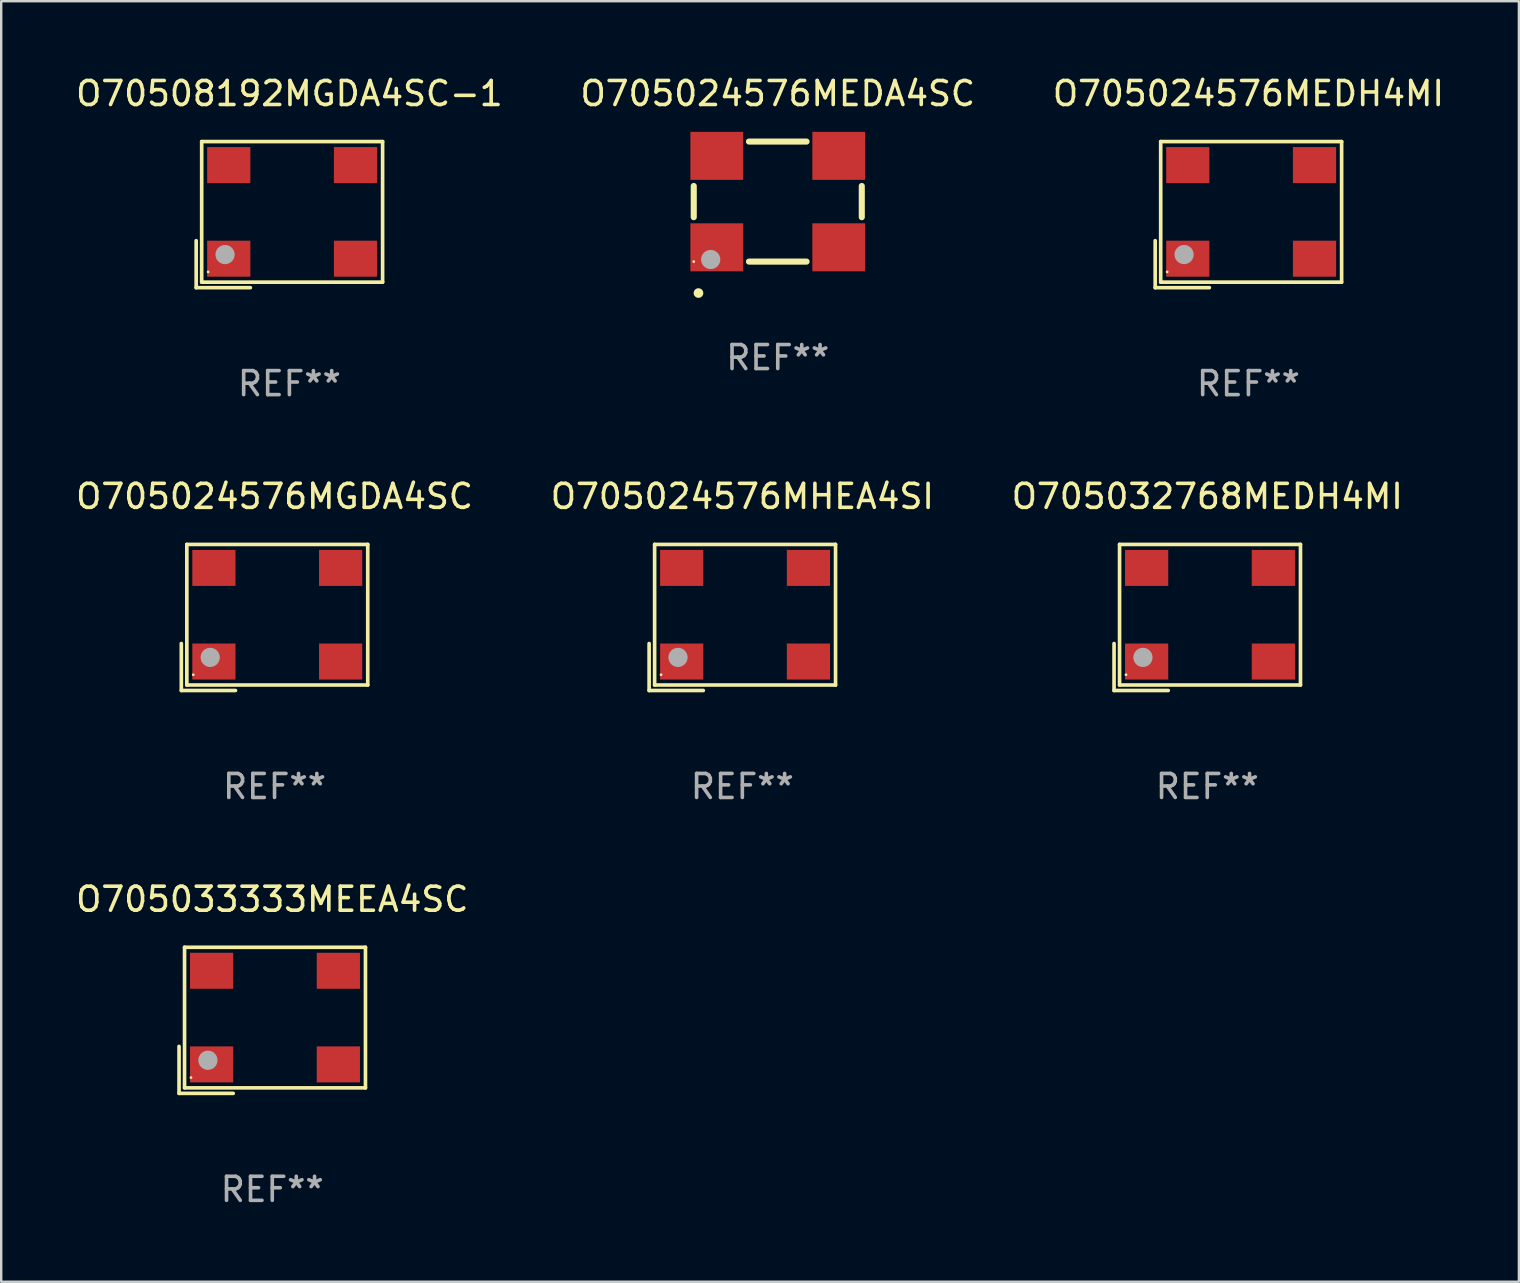
<source format=kicad_pcb>
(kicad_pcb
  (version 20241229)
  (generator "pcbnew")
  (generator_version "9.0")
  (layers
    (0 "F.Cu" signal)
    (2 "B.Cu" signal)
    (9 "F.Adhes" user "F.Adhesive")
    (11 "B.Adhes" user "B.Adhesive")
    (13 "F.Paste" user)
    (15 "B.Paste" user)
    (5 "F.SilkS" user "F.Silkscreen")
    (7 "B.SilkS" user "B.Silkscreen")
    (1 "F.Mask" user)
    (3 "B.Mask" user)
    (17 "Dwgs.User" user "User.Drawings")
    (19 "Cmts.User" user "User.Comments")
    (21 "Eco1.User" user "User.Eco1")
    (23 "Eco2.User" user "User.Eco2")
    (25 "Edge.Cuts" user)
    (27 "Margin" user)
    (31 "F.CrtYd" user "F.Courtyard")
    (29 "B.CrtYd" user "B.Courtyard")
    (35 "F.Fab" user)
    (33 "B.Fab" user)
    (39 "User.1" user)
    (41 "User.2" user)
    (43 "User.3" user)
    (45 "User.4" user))
  (footprint "O70508192MGDA4SC-1"
    (layer "F.Cu")
    (at 9.006 5.891)
    (property "Reference" "O70508192MGDA4SC-1" (at 0 -5.043 0) (layer "F.SilkS") (effects (font (size 1 1) (thickness 0.15))))
    (attr through_hole)
    (fp_line (start -3.883 1.086) (end -3.883 3.043) (stroke (width 0.152) (type solid)) (layer "F.SilkS"))
    (fp_line (start -3.883 3.043) (end -1.626 3.043) (stroke (width 0.152) (type solid)) (layer "F.SilkS"))
    (fp_line (start -3.654 -3.043) (end 3.883 -3.043) (stroke (width 0.152) (type solid)) (layer "F.SilkS"))
    (fp_line (start -3.654 2.814) (end -3.654 -3.043) (stroke (width 0.152) (type solid)) (layer "F.SilkS"))
    (fp_line (start 3.883 -3.043) (end 3.883 2.814) (stroke (width 0.152) (type solid)) (layer "F.SilkS"))
    (fp_line (start 3.883 2.814) (end -3.654 2.814) (stroke (width 0.152) (type solid)) (layer "F.SilkS"))
    (fp_circle (center -3.386 2.386) (end -3.356 2.386) (stroke (width 0.06) (type solid)) (fill no) (layer "F.SilkS"))
    (fp_circle (center -2.68 1.664) (end -2.48 1.664) (stroke (width 0.4) (type solid)) (fill no) (layer "F.Fab"))
    (fp_text user "REF**" (at 0 7.043 0) (layer "F.Fab") (effects (font (size 1 1) (thickness 0.15))))
    (pad "1" smd rect (at -2.526 1.836) (size 1.8 1.5) (layers "F.Cu" "F.Mask" "F.Paste"))
    (pad "2" smd rect (at 2.754 1.836) (size 1.8 1.5) (layers "F.Cu" "F.Mask" "F.Paste"))
    (pad "3" smd rect (at 2.754 -2.064) (size 1.8 1.5) (layers "F.Cu" "F.Mask" "F.Paste"))
    (pad "4" smd rect (at -2.526 -2.064) (size 1.8 1.5) (layers "F.Cu" "F.Mask" "F.Paste")))
  (footprint "O705033333MEEA4SC"
    (layer "F.Cu")
    (at 8.292 39.456)
    (property "Reference" "O705033333MEEA4SC" (at 0 -5.043 0) (layer "F.SilkS") (effects (font (size 1 1) (thickness 0.15))))
    (attr through_hole)
    (fp_line (start -3.883 1.086) (end -3.883 3.043) (stroke (width 0.152) (type solid)) (layer "F.SilkS"))
    (fp_line (start -3.883 3.043) (end -1.626 3.043) (stroke (width 0.152) (type solid)) (layer "F.SilkS"))
    (fp_line (start -3.654 -3.043) (end 3.883 -3.043) (stroke (width 0.152) (type solid)) (layer "F.SilkS"))
    (fp_line (start -3.654 2.814) (end -3.654 -3.043) (stroke (width 0.152) (type solid)) (layer "F.SilkS"))
    (fp_line (start 3.883 -3.043) (end 3.883 2.814) (stroke (width 0.152) (type solid)) (layer "F.SilkS"))
    (fp_line (start 3.883 2.814) (end -3.654 2.814) (stroke (width 0.152) (type solid)) (layer "F.SilkS"))
    (fp_circle (center -3.386 2.386) (end -3.356 2.386) (stroke (width 0.06) (type solid)) (fill no) (layer "F.SilkS"))
    (fp_circle (center -2.68 1.664) (end -2.48 1.664) (stroke (width 0.4) (type solid)) (fill no) (layer "F.Fab"))
    (fp_text user "REF**" (at 0 7.043 0) (layer "F.Fab") (effects (font (size 1 1) (thickness 0.15))))
    (pad "1" smd rect (at -2.526 1.836) (size 1.8 1.5) (layers "F.Cu" "F.Mask" "F.Paste"))
    (pad "2" smd rect (at 2.754 1.836) (size 1.8 1.5) (layers "F.Cu" "F.Mask" "F.Paste"))
    (pad "3" smd rect (at 2.754 -2.064) (size 1.8 1.5) (layers "F.Cu" "F.Mask" "F.Paste"))
    (pad "4" smd rect (at -2.526 -2.064) (size 1.8 1.5) (layers "F.Cu" "F.Mask" "F.Paste")))
  (footprint "O705024576MGDA4SC"
    (layer "F.Cu")
    (at 8.387 22.673)
    (property "Reference" "O705024576MGDA4SC" (at 0 -5.043 0) (layer "F.SilkS") (effects (font (size 1 1) (thickness 0.15))))
    (attr through_hole)
    (fp_line (start -3.883 1.086) (end -3.883 3.043) (stroke (width 0.152) (type solid)) (layer "F.SilkS"))
    (fp_line (start -3.883 3.043) (end -1.626 3.043) (stroke (width 0.152) (type solid)) (layer "F.SilkS"))
    (fp_line (start -3.654 -3.043) (end 3.883 -3.043) (stroke (width 0.152) (type solid)) (layer "F.SilkS"))
    (fp_line (start -3.654 2.814) (end -3.654 -3.043) (stroke (width 0.152) (type solid)) (layer "F.SilkS"))
    (fp_line (start 3.883 -3.043) (end 3.883 2.814) (stroke (width 0.152) (type solid)) (layer "F.SilkS"))
    (fp_line (start 3.883 2.814) (end -3.654 2.814) (stroke (width 0.152) (type solid)) (layer "F.SilkS"))
    (fp_circle (center -3.386 2.386) (end -3.356 2.386) (stroke (width 0.06) (type solid)) (fill no) (layer "F.SilkS"))
    (fp_circle (center -2.68 1.664) (end -2.48 1.664) (stroke (width 0.4) (type solid)) (fill no) (layer "F.Fab"))
    (fp_text user "REF**" (at 0 7.043 0) (layer "F.Fab") (effects (font (size 1 1) (thickness 0.15))))
    (pad "1" smd rect (at -2.526 1.836) (size 1.8 1.5) (layers "F.Cu" "F.Mask" "F.Paste"))
    (pad "2" smd rect (at 2.754 1.836) (size 1.8 1.5) (layers "F.Cu" "F.Mask" "F.Paste"))
    (pad "3" smd rect (at 2.754 -2.064) (size 1.8 1.5) (layers "F.Cu" "F.Mask" "F.Paste"))
    (pad "4" smd rect (at -2.526 -2.064) (size 1.8 1.5) (layers "F.Cu" "F.Mask" "F.Paste")))
  (footprint "O705024576MEDA4SC"
    (layer "F.Cu")
    (at 29.351 5.348)
    (property "Reference" "O705024576MEDA4SC" (at 0 -4.5 0) (layer "F.SilkS") (effects (font (size 1 1) (thickness 0.15))))
    (attr through_hole)
    (fp_line (start -3.5 0.65) (end -3.5 -0.65) (stroke (width 0.254) (type solid)) (layer "F.SilkS"))
    (fp_line (start 1.2 -2.5) (end -1.2 -2.5) (stroke (width 0.254) (type solid)) (layer "F.SilkS"))
    (fp_line (start 1.2 2.5) (end -1.2 2.5) (stroke (width 0.254) (type solid)) (layer "F.SilkS"))
    (fp_line (start 3.5 0.65) (end 3.5 -0.65) (stroke (width 0.254) (type solid)) (layer "F.SilkS"))
    (fp_arc (start -3.304547 3.81016) (mid -3.303277 3.810156) (end -3.302007 3.81016) (stroke (width 0.4) (type solid)) (layer "F.SilkS"))
    (fp_circle (center -3.5 2.5) (end -3.47 2.5) (stroke (width 0.06) (type solid)) (fill no) (layer "F.SilkS"))
    (fp_circle (center -2.794 2.413) (end -2.594 2.413) (stroke (width 0.4) (type solid)) (fill no) (layer "F.Fab"))
    (fp_text user "REF**" (at 0 6.5 0) (layer "F.Fab") (effects (font (size 1 1) (thickness 0.15))))
    (pad "1" smd rect (at -2.54 1.905 180) (size 2.2 2) (layers "F.Cu" "F.Mask" "F.Paste"))
    (pad "2" smd rect (at 2.54 1.905 180) (size 2.2 2) (layers "F.Cu" "F.Mask" "F.Paste"))
    (pad "3" smd rect (at 2.54 -1.905 180) (size 2.2 2) (layers "F.Cu" "F.Mask" "F.Paste"))
    (pad "4" smd rect (at -2.54 -1.905 180) (size 2.2 2) (layers "F.Cu" "F.Mask" "F.Paste")))
  (footprint "O705024576MEDH4MI"
    (layer "F.Cu")
    (at 48.958 5.891)
    (property "Reference" "O705024576MEDH4MI" (at 0 -5.043 0) (layer "F.SilkS") (effects (font (size 1 1) (thickness 0.15))))
    (attr through_hole)
    (fp_line (start -3.883 1.086) (end -3.883 3.043) (stroke (width 0.152) (type solid)) (layer "F.SilkS"))
    (fp_line (start -3.883 3.043) (end -1.626 3.043) (stroke (width 0.152) (type solid)) (layer "F.SilkS"))
    (fp_line (start -3.654 -3.043) (end 3.883 -3.043) (stroke (width 0.152) (type solid)) (layer "F.SilkS"))
    (fp_line (start -3.654 2.814) (end -3.654 -3.043) (stroke (width 0.152) (type solid)) (layer "F.SilkS"))
    (fp_line (start 3.883 -3.043) (end 3.883 2.814) (stroke (width 0.152) (type solid)) (layer "F.SilkS"))
    (fp_line (start 3.883 2.814) (end -3.654 2.814) (stroke (width 0.152) (type solid)) (layer "F.SilkS"))
    (fp_circle (center -3.386 2.386) (end -3.356 2.386) (stroke (width 0.06) (type solid)) (fill no) (layer "F.SilkS"))
    (fp_circle (center -2.68 1.664) (end -2.48 1.664) (stroke (width 0.4) (type solid)) (fill no) (layer "F.Fab"))
    (fp_text user "REF**" (at 0 7.043 0) (layer "F.Fab") (effects (font (size 1 1) (thickness 0.15))))
    (pad "1" smd rect (at -2.526 1.836) (size 1.8 1.5) (layers "F.Cu" "F.Mask" "F.Paste"))
    (pad "2" smd rect (at 2.754 1.836) (size 1.8 1.5) (layers "F.Cu" "F.Mask" "F.Paste"))
    (pad "3" smd rect (at 2.754 -2.064) (size 1.8 1.5) (layers "F.Cu" "F.Mask" "F.Paste"))
    (pad "4" smd rect (at -2.526 -2.064) (size 1.8 1.5) (layers "F.Cu" "F.Mask" "F.Paste")))
  (footprint "O705032768MEDH4MI"
    (layer "F.Cu")
    (at 47.244 22.673)
    (property "Reference" "O705032768MEDH4MI" (at 0 -5.043 0) (layer "F.SilkS") (effects (font (size 1 1) (thickness 0.15))))
    (attr through_hole)
    (fp_line (start -3.883 1.086) (end -3.883 3.043) (stroke (width 0.152) (type solid)) (layer "F.SilkS"))
    (fp_line (start -3.883 3.043) (end -1.626 3.043) (stroke (width 0.152) (type solid)) (layer "F.SilkS"))
    (fp_line (start -3.654 -3.043) (end 3.883 -3.043) (stroke (width 0.152) (type solid)) (layer "F.SilkS"))
    (fp_line (start -3.654 2.814) (end -3.654 -3.043) (stroke (width 0.152) (type solid)) (layer "F.SilkS"))
    (fp_line (start 3.883 -3.043) (end 3.883 2.814) (stroke (width 0.152) (type solid)) (layer "F.SilkS"))
    (fp_line (start 3.883 2.814) (end -3.654 2.814) (stroke (width 0.152) (type solid)) (layer "F.SilkS"))
    (fp_circle (center -3.386 2.386) (end -3.356 2.386) (stroke (width 0.06) (type solid)) (fill no) (layer "F.SilkS"))
    (fp_circle (center -2.68 1.664) (end -2.48 1.664) (stroke (width 0.4) (type solid)) (fill no) (layer "F.Fab"))
    (fp_text user "REF**" (at 0 7.043 0) (layer "F.Fab") (effects (font (size 1 1) (thickness 0.15))))
    (pad "1" smd rect (at -2.526 1.836) (size 1.8 1.5) (layers "F.Cu" "F.Mask" "F.Paste"))
    (pad "2" smd rect (at 2.754 1.836) (size 1.8 1.5) (layers "F.Cu" "F.Mask" "F.Paste"))
    (pad "3" smd rect (at 2.754 -2.064) (size 1.8 1.5) (layers "F.Cu" "F.Mask" "F.Paste"))
    (pad "4" smd rect (at -2.526 -2.064) (size 1.8 1.5) (layers "F.Cu" "F.Mask" "F.Paste")))
  (footprint "O705024576MHEA4SI"
    (layer "F.Cu")
    (at 27.875 22.673)
    (property "Reference" "O705024576MHEA4SI" (at 0 -5.043 0) (layer "F.SilkS") (effects (font (size 1 1) (thickness 0.15))))
    (attr through_hole)
    (fp_line (start -3.883 1.086) (end -3.883 3.043) (stroke (width 0.152) (type solid)) (layer "F.SilkS"))
    (fp_line (start -3.883 3.043) (end -1.626 3.043) (stroke (width 0.152) (type solid)) (layer "F.SilkS"))
    (fp_line (start -3.654 -3.043) (end 3.883 -3.043) (stroke (width 0.152) (type solid)) (layer "F.SilkS"))
    (fp_line (start -3.654 2.814) (end -3.654 -3.043) (stroke (width 0.152) (type solid)) (layer "F.SilkS"))
    (fp_line (start 3.883 -3.043) (end 3.883 2.814) (stroke (width 0.152) (type solid)) (layer "F.SilkS"))
    (fp_line (start 3.883 2.814) (end -3.654 2.814) (stroke (width 0.152) (type solid)) (layer "F.SilkS"))
    (fp_circle (center -3.386 2.386) (end -3.356 2.386) (stroke (width 0.06) (type solid)) (fill no) (layer "F.SilkS"))
    (fp_circle (center -2.68 1.664) (end -2.48 1.664) (stroke (width 0.4) (type solid)) (fill no) (layer "F.Fab"))
    (fp_text user "REF**" (at 0 7.043 0) (layer "F.Fab") (effects (font (size 1 1) (thickness 0.15))))
    (pad "1" smd rect (at -2.526 1.836) (size 1.8 1.5) (layers "F.Cu" "F.Mask" "F.Paste"))
    (pad "2" smd rect (at 2.754 1.836) (size 1.8 1.5) (layers "F.Cu" "F.Mask" "F.Paste"))
    (pad "3" smd rect (at 2.754 -2.064) (size 1.8 1.5) (layers "F.Cu" "F.Mask" "F.Paste"))
    (pad "4" smd rect (at -2.526 -2.064) (size 1.8 1.5) (layers "F.Cu" "F.Mask" "F.Paste")))
  (gr_rect
    (start -3 -3)
    (end 60.226 50.347)
    (stroke (width 0.1) (type default))
    (fill no)
    (layer "Edge.Cuts")))
</source>
